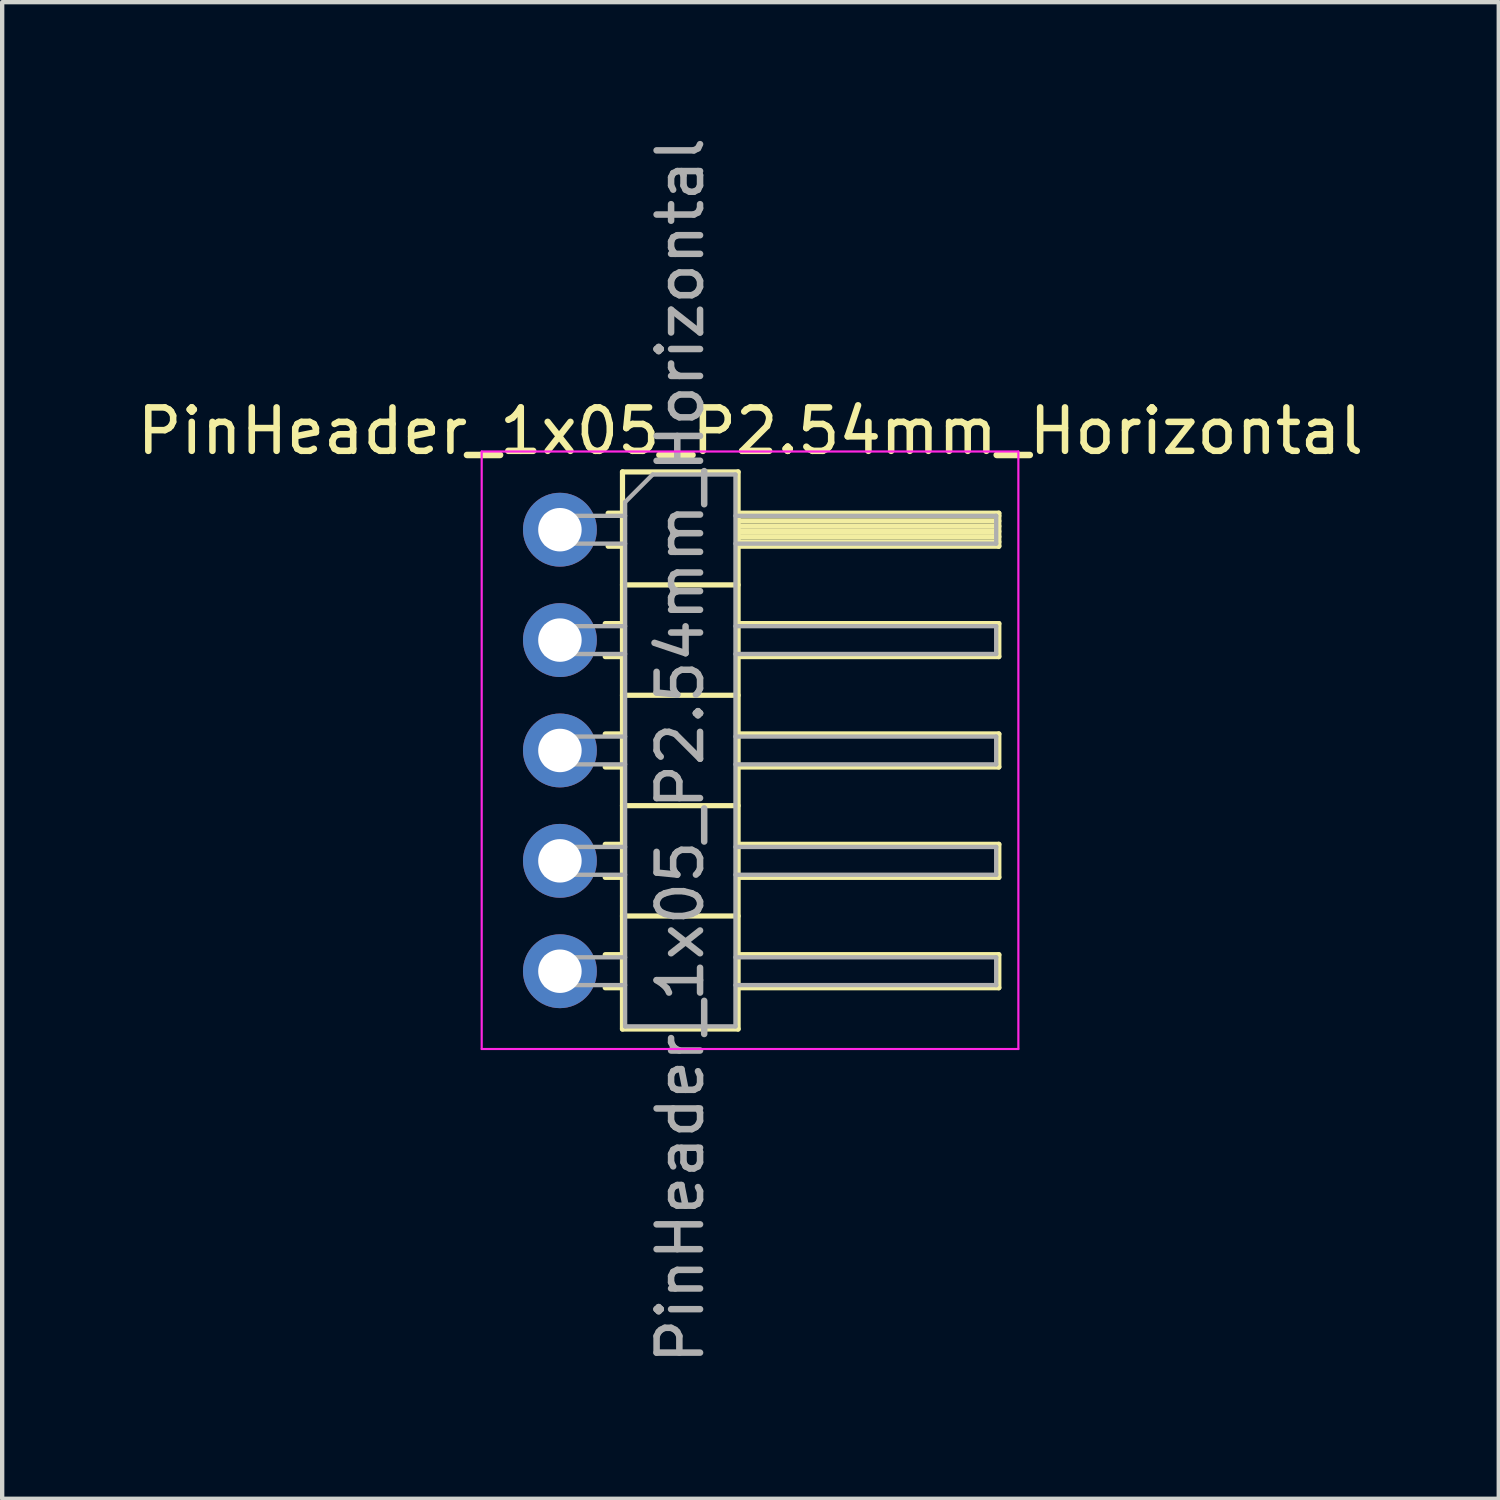
<source format=kicad_pcb>
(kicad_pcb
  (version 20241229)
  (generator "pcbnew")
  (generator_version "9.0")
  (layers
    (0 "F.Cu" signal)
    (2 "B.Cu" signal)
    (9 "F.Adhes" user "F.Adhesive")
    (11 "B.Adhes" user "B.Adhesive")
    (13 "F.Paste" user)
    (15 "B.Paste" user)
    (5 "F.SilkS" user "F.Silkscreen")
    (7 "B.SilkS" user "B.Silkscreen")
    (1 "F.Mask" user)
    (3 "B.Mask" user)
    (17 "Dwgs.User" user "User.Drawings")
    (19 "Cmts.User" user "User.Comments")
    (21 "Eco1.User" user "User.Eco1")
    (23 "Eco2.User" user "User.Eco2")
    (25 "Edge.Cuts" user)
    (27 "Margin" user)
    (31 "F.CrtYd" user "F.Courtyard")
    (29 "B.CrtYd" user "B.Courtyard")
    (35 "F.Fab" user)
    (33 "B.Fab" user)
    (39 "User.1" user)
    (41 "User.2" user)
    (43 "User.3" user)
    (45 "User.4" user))
  (footprint "PinHeader_1x05_P2.54mm_Horizontal"
    (layer "F.Cu")
    (at 9.835 9.14)
    (property "Reference" "PinHeader_1x05_P2.54mm_Horizontal" (at 4.385 -2.27 0) (layer "F.SilkS") (effects (font (size 1 1) (thickness 0.15))))
    (attr through_hole)
    (fp_line (start 1.043 2.16) (end 1.44 2.16) (stroke (width 0.12) (type solid)) (layer "F.SilkS"))
    (fp_line (start 1.043 2.92) (end 1.44 2.92) (stroke (width 0.12) (type solid)) (layer "F.SilkS"))
    (fp_line (start 1.043 4.7) (end 1.44 4.7) (stroke (width 0.12) (type solid)) (layer "F.SilkS"))
    (fp_line (start 1.043 5.46) (end 1.44 5.46) (stroke (width 0.12) (type solid)) (layer "F.SilkS"))
    (fp_line (start 1.043 7.24) (end 1.44 7.24) (stroke (width 0.12) (type solid)) (layer "F.SilkS"))
    (fp_line (start 1.043 8) (end 1.44 8) (stroke (width 0.12) (type solid)) (layer "F.SilkS"))
    (fp_line (start 1.043 9.78) (end 1.44 9.78) (stroke (width 0.12) (type solid)) (layer "F.SilkS"))
    (fp_line (start 1.043 10.54) (end 1.44 10.54) (stroke (width 0.12) (type solid)) (layer "F.SilkS"))
    (fp_line (start 1.11 -0.38) (end 1.44 -0.38) (stroke (width 0.12) (type solid)) (layer "F.SilkS"))
    (fp_line (start 1.11 0.38) (end 1.44 0.38) (stroke (width 0.12) (type solid)) (layer "F.SilkS"))
    (fp_line (start 1.44 -1.33) (end 1.44 11.49) (stroke (width 0.12) (type solid)) (layer "F.SilkS"))
    (fp_line (start 1.44 1.27) (end 4.1 1.27) (stroke (width 0.12) (type solid)) (layer "F.SilkS"))
    (fp_line (start 1.44 3.81) (end 4.1 3.81) (stroke (width 0.12) (type solid)) (layer "F.SilkS"))
    (fp_line (start 1.44 6.35) (end 4.1 6.35) (stroke (width 0.12) (type solid)) (layer "F.SilkS"))
    (fp_line (start 1.44 8.89) (end 4.1 8.89) (stroke (width 0.12) (type solid)) (layer "F.SilkS"))
    (fp_line (start 1.44 11.49) (end 4.1 11.49) (stroke (width 0.12) (type solid)) (layer "F.SilkS"))
    (fp_line (start 4.1 -1.33) (end 1.44 -1.33) (stroke (width 0.12) (type solid)) (layer "F.SilkS"))
    (fp_line (start 4.1 -0.38) (end 10.1 -0.38) (stroke (width 0.12) (type solid)) (layer "F.SilkS"))
    (fp_line (start 4.1 -0.32) (end 10.1 -0.32) (stroke (width 0.12) (type solid)) (layer "F.SilkS"))
    (fp_line (start 4.1 -0.2) (end 10.1 -0.2) (stroke (width 0.12) (type solid)) (layer "F.SilkS"))
    (fp_line (start 4.1 -0.08) (end 10.1 -0.08) (stroke (width 0.12) (type solid)) (layer "F.SilkS"))
    (fp_line (start 4.1 0.04) (end 10.1 0.04) (stroke (width 0.12) (type solid)) (layer "F.SilkS"))
    (fp_line (start 4.1 0.16) (end 10.1 0.16) (stroke (width 0.12) (type solid)) (layer "F.SilkS"))
    (fp_line (start 4.1 0.28) (end 10.1 0.28) (stroke (width 0.12) (type solid)) (layer "F.SilkS"))
    (fp_line (start 4.1 2.16) (end 10.1 2.16) (stroke (width 0.12) (type solid)) (layer "F.SilkS"))
    (fp_line (start 4.1 4.7) (end 10.1 4.7) (stroke (width 0.12) (type solid)) (layer "F.SilkS"))
    (fp_line (start 4.1 7.24) (end 10.1 7.24) (stroke (width 0.12) (type solid)) (layer "F.SilkS"))
    (fp_line (start 4.1 9.78) (end 10.1 9.78) (stroke (width 0.12) (type solid)) (layer "F.SilkS"))
    (fp_line (start 4.1 11.49) (end 4.1 -1.33) (stroke (width 0.12) (type solid)) (layer "F.SilkS"))
    (fp_line (start 10.1 -0.38) (end 10.1 0.38) (stroke (width 0.12) (type solid)) (layer "F.SilkS"))
    (fp_line (start 10.1 0.38) (end 4.1 0.38) (stroke (width 0.12) (type solid)) (layer "F.SilkS"))
    (fp_line (start 10.1 2.16) (end 10.1 2.92) (stroke (width 0.12) (type solid)) (layer "F.SilkS"))
    (fp_line (start 10.1 2.92) (end 4.1 2.92) (stroke (width 0.12) (type solid)) (layer "F.SilkS"))
    (fp_line (start 10.1 4.7) (end 10.1 5.46) (stroke (width 0.12) (type solid)) (layer "F.SilkS"))
    (fp_line (start 10.1 5.46) (end 4.1 5.46) (stroke (width 0.12) (type solid)) (layer "F.SilkS"))
    (fp_line (start 10.1 7.24) (end 10.1 8) (stroke (width 0.12) (type solid)) (layer "F.SilkS"))
    (fp_line (start 10.1 8) (end 4.1 8) (stroke (width 0.12) (type solid)) (layer "F.SilkS"))
    (fp_line (start 10.1 9.78) (end 10.1 10.54) (stroke (width 0.12) (type solid)) (layer "F.SilkS"))
    (fp_line (start 10.1 10.54) (end 4.1 10.54) (stroke (width 0.12) (type solid)) (layer "F.SilkS"))
    (fp_line (start -1.8 -1.8) (end -1.8 11.95) (stroke (width 0.05) (type solid)) (layer "F.CrtYd"))
    (fp_line (start -1.8 11.95) (end 10.55 11.95) (stroke (width 0.05) (type solid)) (layer "F.CrtYd"))
    (fp_line (start 10.55 -1.8) (end -1.8 -1.8) (stroke (width 0.05) (type solid)) (layer "F.CrtYd"))
    (fp_line (start 10.55 11.95) (end 10.55 -1.8) (stroke (width 0.05) (type solid)) (layer "F.CrtYd"))
    (fp_line (start -0.32 -0.32) (end -0.32 0.32) (stroke (width 0.1) (type solid)) (layer "F.Fab"))
    (fp_line (start -0.32 -0.32) (end 1.5 -0.32) (stroke (width 0.1) (type solid)) (layer "F.Fab"))
    (fp_line (start -0.32 0.32) (end 1.5 0.32) (stroke (width 0.1) (type solid)) (layer "F.Fab"))
    (fp_line (start -0.32 2.22) (end -0.32 2.86) (stroke (width 0.1) (type solid)) (layer "F.Fab"))
    (fp_line (start -0.32 2.22) (end 1.5 2.22) (stroke (width 0.1) (type solid)) (layer "F.Fab"))
    (fp_line (start -0.32 2.86) (end 1.5 2.86) (stroke (width 0.1) (type solid)) (layer "F.Fab"))
    (fp_line (start -0.32 4.76) (end -0.32 5.4) (stroke (width 0.1) (type solid)) (layer "F.Fab"))
    (fp_line (start -0.32 4.76) (end 1.5 4.76) (stroke (width 0.1) (type solid)) (layer "F.Fab"))
    (fp_line (start -0.32 5.4) (end 1.5 5.4) (stroke (width 0.1) (type solid)) (layer "F.Fab"))
    (fp_line (start -0.32 7.3) (end -0.32 7.94) (stroke (width 0.1) (type solid)) (layer "F.Fab"))
    (fp_line (start -0.32 7.3) (end 1.5 7.3) (stroke (width 0.1) (type solid)) (layer "F.Fab"))
    (fp_line (start -0.32 7.94) (end 1.5 7.94) (stroke (width 0.1) (type solid)) (layer "F.Fab"))
    (fp_line (start -0.32 9.84) (end -0.32 10.48) (stroke (width 0.1) (type solid)) (layer "F.Fab"))
    (fp_line (start -0.32 9.84) (end 1.5 9.84) (stroke (width 0.1) (type solid)) (layer "F.Fab"))
    (fp_line (start -0.32 10.48) (end 1.5 10.48) (stroke (width 0.1) (type solid)) (layer "F.Fab"))
    (fp_line (start 1.5 -0.635) (end 2.135 -1.27) (stroke (width 0.1) (type solid)) (layer "F.Fab"))
    (fp_line (start 1.5 11.43) (end 1.5 -0.635) (stroke (width 0.1) (type solid)) (layer "F.Fab"))
    (fp_line (start 2.135 -1.27) (end 4.04 -1.27) (stroke (width 0.1) (type solid)) (layer "F.Fab"))
    (fp_line (start 4.04 -1.27) (end 4.04 11.43) (stroke (width 0.1) (type solid)) (layer "F.Fab"))
    (fp_line (start 4.04 -0.32) (end 10.04 -0.32) (stroke (width 0.1) (type solid)) (layer "F.Fab"))
    (fp_line (start 4.04 0.32) (end 10.04 0.32) (stroke (width 0.1) (type solid)) (layer "F.Fab"))
    (fp_line (start 4.04 2.22) (end 10.04 2.22) (stroke (width 0.1) (type solid)) (layer "F.Fab"))
    (fp_line (start 4.04 2.86) (end 10.04 2.86) (stroke (width 0.1) (type solid)) (layer "F.Fab"))
    (fp_line (start 4.04 4.76) (end 10.04 4.76) (stroke (width 0.1) (type solid)) (layer "F.Fab"))
    (fp_line (start 4.04 5.4) (end 10.04 5.4) (stroke (width 0.1) (type solid)) (layer "F.Fab"))
    (fp_line (start 4.04 7.3) (end 10.04 7.3) (stroke (width 0.1) (type solid)) (layer "F.Fab"))
    (fp_line (start 4.04 7.94) (end 10.04 7.94) (stroke (width 0.1) (type solid)) (layer "F.Fab"))
    (fp_line (start 4.04 9.84) (end 10.04 9.84) (stroke (width 0.1) (type solid)) (layer "F.Fab"))
    (fp_line (start 4.04 10.48) (end 10.04 10.48) (stroke (width 0.1) (type solid)) (layer "F.Fab"))
    (fp_line (start 4.04 11.43) (end 1.5 11.43) (stroke (width 0.1) (type solid)) (layer "F.Fab"))
    (fp_line (start 10.04 -0.32) (end 10.04 0.32) (stroke (width 0.1) (type solid)) (layer "F.Fab"))
    (fp_line (start 10.04 2.22) (end 10.04 2.86) (stroke (width 0.1) (type solid)) (layer "F.Fab"))
    (fp_line (start 10.04 4.76) (end 10.04 5.4) (stroke (width 0.1) (type solid)) (layer "F.Fab"))
    (fp_line (start 10.04 7.3) (end 10.04 7.94) (stroke (width 0.1) (type solid)) (layer "F.Fab"))
    (fp_line (start 10.04 9.84) (end 10.04 10.48) (stroke (width 0.1) (type solid)) (layer "F.Fab"))
    (fp_text user "${REFERENCE}" (at 2.77 5.08 90) (layer "F.Fab") (effects (font (size 1 1) (thickness 0.15))))
    (pad "1" thru_hole circle (at 0 0) (size 1.7 1.7) (drill 1) (layers "*.Cu" "*.Mask"))
    (pad "2" thru_hole oval (at 0 2.54) (size 1.7 1.7) (drill 1) (layers "*.Cu" "*.Mask"))
    (pad "3" thru_hole oval (at 0 5.08) (size 1.7 1.7) (drill 1) (layers "*.Cu" "*.Mask"))
    (pad "4" thru_hole oval (at 0 7.62) (size 1.7 1.7) (drill 1) (layers "*.Cu" "*.Mask"))
    (pad "5" thru_hole oval (at 0 10.16) (size 1.7 1.7) (drill 1) (layers "*.Cu" "*.Mask")))
  (gr_rect
    (start -3 -3)
    (end 31.44 31.44)
    (stroke (width 0.1) (type default))
    (fill no)
    (layer "Edge.Cuts")))
</source>
